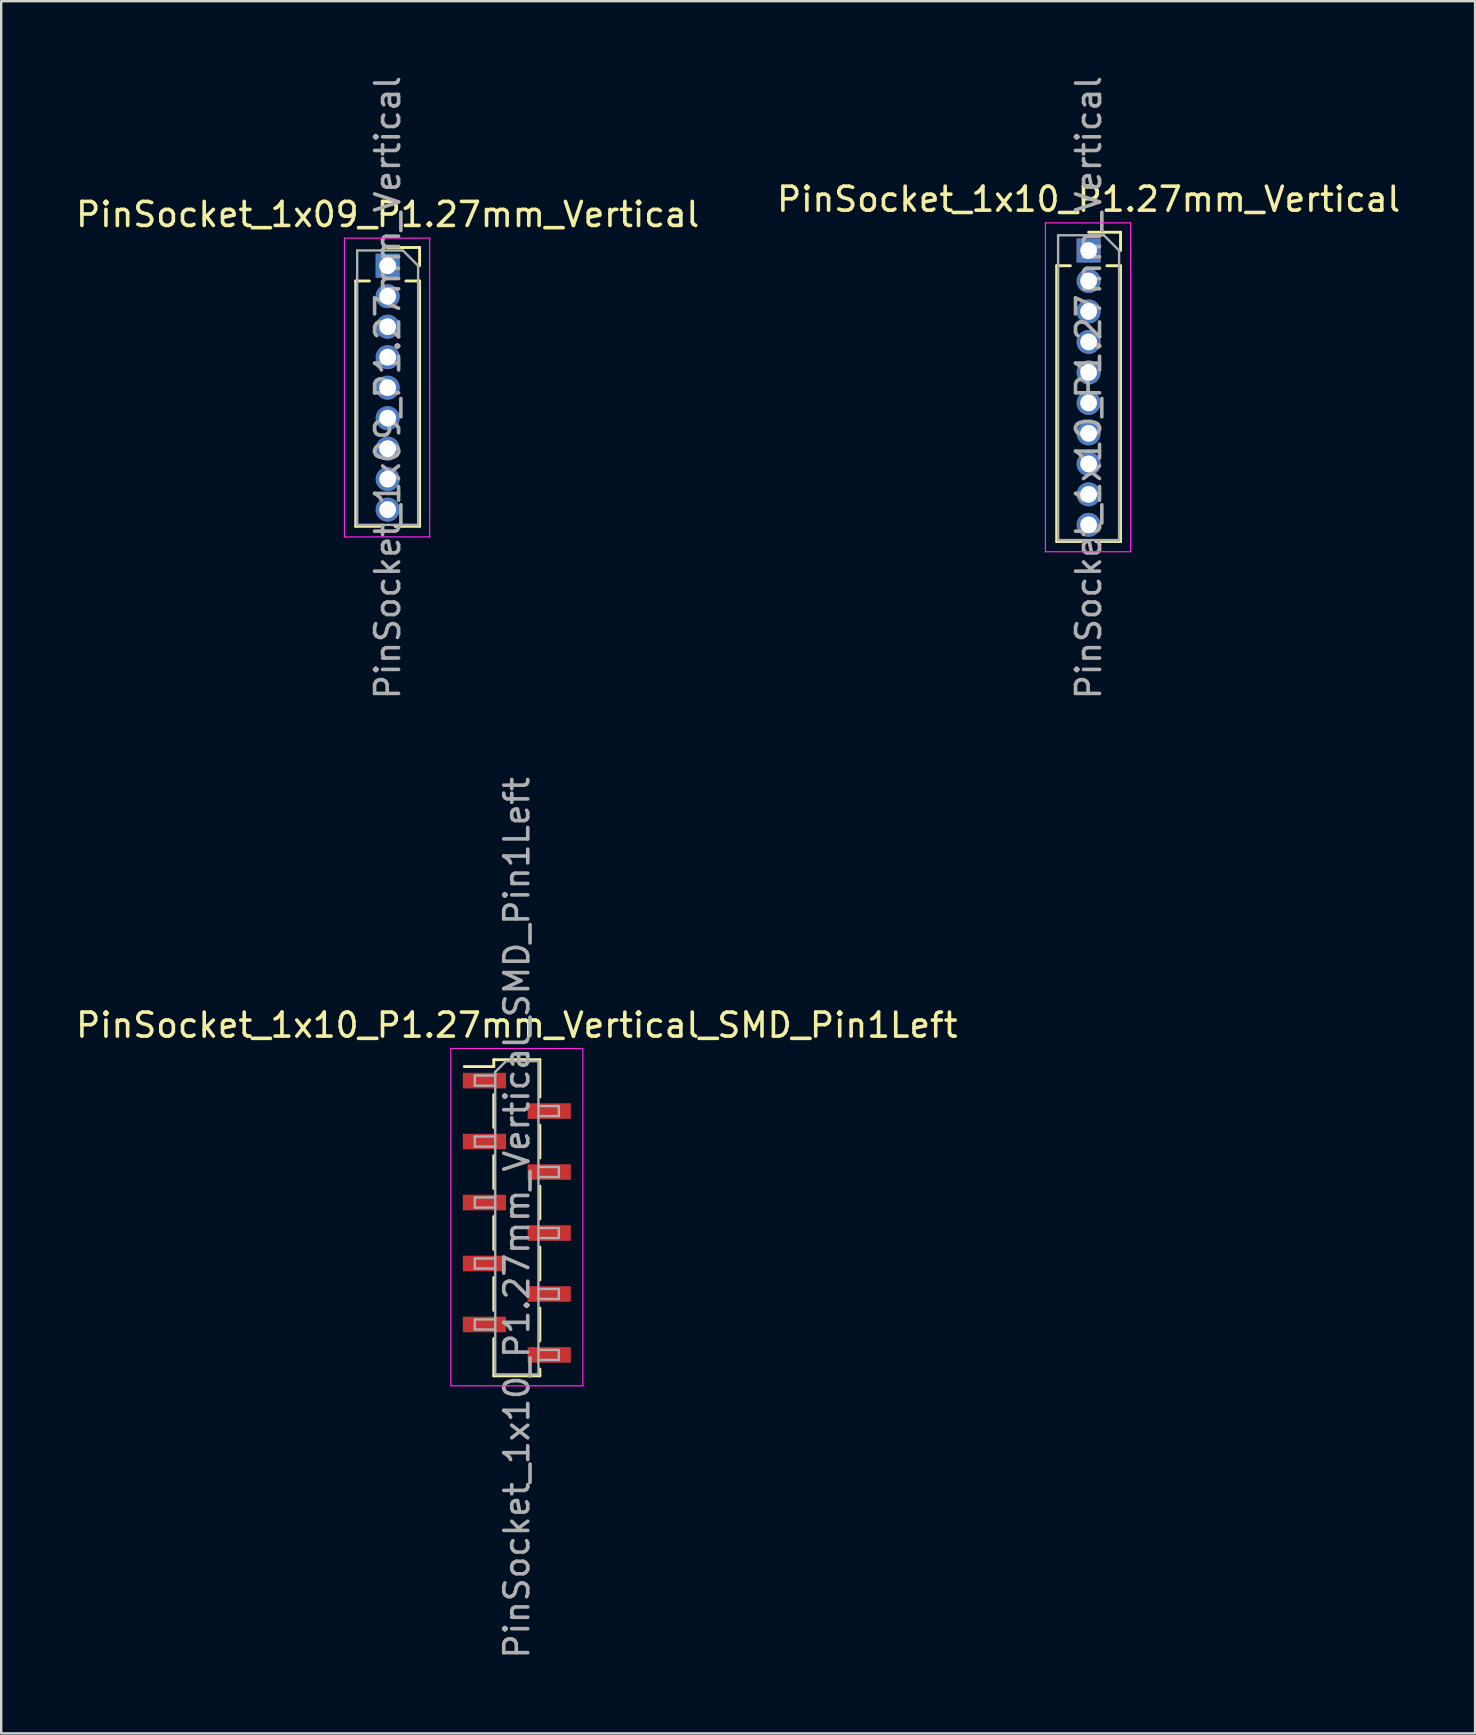
<source format=kicad_pcb>
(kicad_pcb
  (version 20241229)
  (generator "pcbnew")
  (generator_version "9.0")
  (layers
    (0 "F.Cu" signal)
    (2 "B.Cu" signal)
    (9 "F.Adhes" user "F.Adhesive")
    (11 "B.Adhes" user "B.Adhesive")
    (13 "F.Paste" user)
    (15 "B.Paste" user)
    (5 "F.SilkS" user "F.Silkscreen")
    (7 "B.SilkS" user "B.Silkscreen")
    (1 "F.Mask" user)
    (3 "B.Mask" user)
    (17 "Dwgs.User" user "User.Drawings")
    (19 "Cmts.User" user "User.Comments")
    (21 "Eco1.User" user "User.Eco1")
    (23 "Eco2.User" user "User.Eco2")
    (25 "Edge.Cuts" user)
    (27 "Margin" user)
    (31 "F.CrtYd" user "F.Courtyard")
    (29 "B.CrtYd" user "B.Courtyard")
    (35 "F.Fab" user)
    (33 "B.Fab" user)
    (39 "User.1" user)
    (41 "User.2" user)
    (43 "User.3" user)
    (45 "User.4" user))
  (footprint "PinSocket_1x09_P1.27mm_Vertical"
    (layer "F.Cu")
    (at 13.101 8.021)
    (property "Reference" "PinSocket_1x09_P1.27mm_Vertical" (at 0 -2.135 0) (layer "F.SilkS") (effects (font (size 1 1) (thickness 0.15))))
    (attr through_hole)
    (fp_line (start -1.33 0.635) (end -1.33 10.855) (stroke (width 0.12) (type solid)) (layer "F.SilkS"))
    (fp_line (start -1.33 0.635) (end -0.76 0.635) (stroke (width 0.12) (type solid)) (layer "F.SilkS"))
    (fp_line (start -1.33 10.855) (end -0.308 10.855) (stroke (width 0.12) (type solid)) (layer "F.SilkS"))
    (fp_line (start 0 -0.76) (end 1.33 -0.76) (stroke (width 0.12) (type solid)) (layer "F.SilkS"))
    (fp_line (start 0.308 10.855) (end 1.33 10.855) (stroke (width 0.12) (type solid)) (layer "F.SilkS"))
    (fp_line (start 0.76 0.635) (end 1.33 0.635) (stroke (width 0.12) (type solid)) (layer "F.SilkS"))
    (fp_line (start 1.33 -0.76) (end 1.33 0) (stroke (width 0.12) (type solid)) (layer "F.SilkS"))
    (fp_line (start 1.33 0.635) (end 1.33 10.855) (stroke (width 0.12) (type solid)) (layer "F.SilkS"))
    (fp_line (start -1.8 -1.15) (end 1.75 -1.15) (stroke (width 0.05) (type solid)) (layer "F.CrtYd"))
    (fp_line (start -1.8 11.3) (end -1.8 -1.15) (stroke (width 0.05) (type solid)) (layer "F.CrtYd"))
    (fp_line (start 1.75 -1.15) (end 1.75 11.3) (stroke (width 0.05) (type solid)) (layer "F.CrtYd"))
    (fp_line (start 1.75 11.3) (end -1.8 11.3) (stroke (width 0.05) (type solid)) (layer "F.CrtYd"))
    (fp_line (start -1.27 -0.635) (end 0.635 -0.635) (stroke (width 0.1) (type solid)) (layer "F.Fab"))
    (fp_line (start -1.27 10.795) (end -1.27 -0.635) (stroke (width 0.1) (type solid)) (layer "F.Fab"))
    (fp_line (start 0.635 -0.635) (end 1.27 0) (stroke (width 0.1) (type solid)) (layer "F.Fab"))
    (fp_line (start 1.27 0) (end 1.27 10.795) (stroke (width 0.1) (type solid)) (layer "F.Fab"))
    (fp_line (start 1.27 10.795) (end -1.27 10.795) (stroke (width 0.1) (type solid)) (layer "F.Fab"))
    (fp_text user "${REFERENCE}" (at 0 5.08 90) (layer "F.Fab") (effects (font (size 1 1) (thickness 0.15))))
    (pad "1" thru_hole rect (at 0 0) (size 1 1) (drill 0.7) (layers "*.Cu" "*.Mask"))
    (pad "2" thru_hole circle (at 0 1.27) (size 1 1) (drill 0.7) (layers "*.Cu" "*.Mask"))
    (pad "3" thru_hole circle (at 0 2.54) (size 1 1) (drill 0.7) (layers "*.Cu" "*.Mask"))
    (pad "4" thru_hole circle (at 0 3.81) (size 1 1) (drill 0.7) (layers "*.Cu" "*.Mask"))
    (pad "5" thru_hole circle (at 0 5.08) (size 1 1) (drill 0.7) (layers "*.Cu" "*.Mask"))
    (pad "6" thru_hole circle (at 0 6.35) (size 1 1) (drill 0.7) (layers "*.Cu" "*.Mask"))
    (pad "7" thru_hole circle (at 0 7.62) (size 1 1) (drill 0.7) (layers "*.Cu" "*.Mask"))
    (pad "8" thru_hole circle (at 0 8.89) (size 1 1) (drill 0.7) (layers "*.Cu" "*.Mask"))
    (pad "9" thru_hole circle (at 0 10.16) (size 1 1) (drill 0.7) (layers "*.Cu" "*.Mask")))
  (footprint "PinSocket_1x10_P1.27mm_Vertical_SMD_Pin1Left"
    (layer "F.Cu")
    (at 18.482 47.685)
    (property "Reference" "PinSocket_1x10_P1.27mm_Vertical_SMD_Pin1Left" (at 0 -8.025 0) (layer "F.SilkS") (effects (font (size 1 1) (thickness 0.15))))
    (attr smd)
    (fp_line (start -2.19 -6.3) (end -0.96 -6.3) (stroke (width 0.12) (type solid)) (layer "F.SilkS"))
    (fp_line (start -0.96 -6.585) (end -0.96 -6.3) (stroke (width 0.12) (type solid)) (layer "F.SilkS"))
    (fp_line (start -0.96 -6.585) (end 0.96 -6.585) (stroke (width 0.12) (type solid)) (layer "F.SilkS"))
    (fp_line (start -0.96 -5.13) (end -0.96 -3.76) (stroke (width 0.12) (type solid)) (layer "F.SilkS"))
    (fp_line (start -0.96 -2.59) (end -0.96 -1.22) (stroke (width 0.12) (type solid)) (layer "F.SilkS"))
    (fp_line (start -0.96 -0.05) (end -0.96 1.32) (stroke (width 0.12) (type solid)) (layer "F.SilkS"))
    (fp_line (start -0.96 2.49) (end -0.96 3.86) (stroke (width 0.12) (type solid)) (layer "F.SilkS"))
    (fp_line (start -0.96 5.03) (end -0.96 6.585) (stroke (width 0.12) (type solid)) (layer "F.SilkS"))
    (fp_line (start -0.96 6.585) (end 0.96 6.585) (stroke (width 0.12) (type solid)) (layer "F.SilkS"))
    (fp_line (start 0.96 -6.585) (end 0.96 -5.03) (stroke (width 0.12) (type solid)) (layer "F.SilkS"))
    (fp_line (start 0.96 -3.86) (end 0.96 -2.49) (stroke (width 0.12) (type solid)) (layer "F.SilkS"))
    (fp_line (start 0.96 -1.32) (end 0.96 0.05) (stroke (width 0.12) (type solid)) (layer "F.SilkS"))
    (fp_line (start 0.96 1.22) (end 0.96 2.59) (stroke (width 0.12) (type solid)) (layer "F.SilkS"))
    (fp_line (start 0.96 3.76) (end 0.96 5.13) (stroke (width 0.12) (type solid)) (layer "F.SilkS"))
    (fp_line (start 0.96 6.3) (end 0.96 6.585) (stroke (width 0.12) (type solid)) (layer "F.SilkS"))
    (fp_line (start -2.75 -7.05) (end 2.75 -7.05) (stroke (width 0.05) (type solid)) (layer "F.CrtYd"))
    (fp_line (start -2.75 7) (end -2.75 -7.05) (stroke (width 0.05) (type solid)) (layer "F.CrtYd"))
    (fp_line (start 2.75 -7.05) (end 2.75 7) (stroke (width 0.05) (type solid)) (layer "F.CrtYd"))
    (fp_line (start 2.75 7) (end -2.75 7) (stroke (width 0.05) (type solid)) (layer "F.CrtYd"))
    (fp_line (start -1.75 -5.925) (end -0.9 -5.925) (stroke (width 0.1) (type solid)) (layer "F.Fab"))
    (fp_line (start -1.75 -5.505) (end -1.75 -5.925) (stroke (width 0.1) (type solid)) (layer "F.Fab"))
    (fp_line (start -1.75 -3.385) (end -0.9 -3.385) (stroke (width 0.1) (type solid)) (layer "F.Fab"))
    (fp_line (start -1.75 -2.965) (end -1.75 -3.385) (stroke (width 0.1) (type solid)) (layer "F.Fab"))
    (fp_line (start -1.75 -0.845) (end -0.9 -0.845) (stroke (width 0.1) (type solid)) (layer "F.Fab"))
    (fp_line (start -1.75 -0.425) (end -1.75 -0.845) (stroke (width 0.1) (type solid)) (layer "F.Fab"))
    (fp_line (start -1.75 1.695) (end -0.9 1.695) (stroke (width 0.1) (type solid)) (layer "F.Fab"))
    (fp_line (start -1.75 2.115) (end -1.75 1.695) (stroke (width 0.1) (type solid)) (layer "F.Fab"))
    (fp_line (start -1.75 4.235) (end -0.9 4.235) (stroke (width 0.1) (type solid)) (layer "F.Fab"))
    (fp_line (start -1.75 4.655) (end -1.75 4.235) (stroke (width 0.1) (type solid)) (layer "F.Fab"))
    (fp_line (start -0.9 -6.075) (end -0.45 -6.525) (stroke (width 0.1) (type solid)) (layer "F.Fab"))
    (fp_line (start -0.9 -5.505) (end -1.75 -5.505) (stroke (width 0.1) (type solid)) (layer "F.Fab"))
    (fp_line (start -0.9 -2.965) (end -1.75 -2.965) (stroke (width 0.1) (type solid)) (layer "F.Fab"))
    (fp_line (start -0.9 -0.425) (end -1.75 -0.425) (stroke (width 0.1) (type solid)) (layer "F.Fab"))
    (fp_line (start -0.9 2.115) (end -1.75 2.115) (stroke (width 0.1) (type solid)) (layer "F.Fab"))
    (fp_line (start -0.9 4.655) (end -1.75 4.655) (stroke (width 0.1) (type solid)) (layer "F.Fab"))
    (fp_line (start -0.9 6.525) (end -0.9 -6.075) (stroke (width 0.1) (type solid)) (layer "F.Fab"))
    (fp_line (start -0.45 -6.525) (end 0.9 -6.525) (stroke (width 0.1) (type solid)) (layer "F.Fab"))
    (fp_line (start 0.9 -6.525) (end 0.9 6.525) (stroke (width 0.1) (type solid)) (layer "F.Fab"))
    (fp_line (start 0.9 -4.655) (end 1.75 -4.655) (stroke (width 0.1) (type solid)) (layer "F.Fab"))
    (fp_line (start 0.9 -2.115) (end 1.75 -2.115) (stroke (width 0.1) (type solid)) (layer "F.Fab"))
    (fp_line (start 0.9 0.425) (end 1.75 0.425) (stroke (width 0.1) (type solid)) (layer "F.Fab"))
    (fp_line (start 0.9 2.965) (end 1.75 2.965) (stroke (width 0.1) (type solid)) (layer "F.Fab"))
    (fp_line (start 0.9 5.505) (end 1.75 5.505) (stroke (width 0.1) (type solid)) (layer "F.Fab"))
    (fp_line (start 0.9 6.525) (end -0.9 6.525) (stroke (width 0.1) (type solid)) (layer "F.Fab"))
    (fp_line (start 1.75 -4.655) (end 1.75 -4.235) (stroke (width 0.1) (type solid)) (layer "F.Fab"))
    (fp_line (start 1.75 -4.235) (end 0.9 -4.235) (stroke (width 0.1) (type solid)) (layer "F.Fab"))
    (fp_line (start 1.75 -2.115) (end 1.75 -1.695) (stroke (width 0.1) (type solid)) (layer "F.Fab"))
    (fp_line (start 1.75 -1.695) (end 0.9 -1.695) (stroke (width 0.1) (type solid)) (layer "F.Fab"))
    (fp_line (start 1.75 0.425) (end 1.75 0.845) (stroke (width 0.1) (type solid)) (layer "F.Fab"))
    (fp_line (start 1.75 0.845) (end 0.9 0.845) (stroke (width 0.1) (type solid)) (layer "F.Fab"))
    (fp_line (start 1.75 2.965) (end 1.75 3.385) (stroke (width 0.1) (type solid)) (layer "F.Fab"))
    (fp_line (start 1.75 3.385) (end 0.9 3.385) (stroke (width 0.1) (type solid)) (layer "F.Fab"))
    (fp_line (start 1.75 5.505) (end 1.75 5.925) (stroke (width 0.1) (type solid)) (layer "F.Fab"))
    (fp_line (start 1.75 5.925) (end 0.9 5.925) (stroke (width 0.1) (type solid)) (layer "F.Fab"))
    (fp_text user "${REFERENCE}" (at 0 0 90) (layer "F.Fab") (effects (font (size 1 1) (thickness 0.15))))
    (pad "1" smd rect (at -1.35 -5.715) (size 1.8 0.65) (layers "F.Cu" "F.Mask" "F.Paste"))
    (pad "2" smd rect (at 1.35 -4.445) (size 1.8 0.65) (layers "F.Cu" "F.Mask" "F.Paste"))
    (pad "3" smd rect (at -1.35 -3.175) (size 1.8 0.65) (layers "F.Cu" "F.Mask" "F.Paste"))
    (pad "4" smd rect (at 1.35 -1.905) (size 1.8 0.65) (layers "F.Cu" "F.Mask" "F.Paste"))
    (pad "5" smd rect (at -1.35 -0.635) (size 1.8 0.65) (layers "F.Cu" "F.Mask" "F.Paste"))
    (pad "6" smd rect (at 1.35 0.635) (size 1.8 0.65) (layers "F.Cu" "F.Mask" "F.Paste"))
    (pad "7" smd rect (at -1.35 1.905) (size 1.8 0.65) (layers "F.Cu" "F.Mask" "F.Paste"))
    (pad "8" smd rect (at 1.35 3.175) (size 1.8 0.65) (layers "F.Cu" "F.Mask" "F.Paste"))
    (pad "9" smd rect (at -1.35 4.445) (size 1.8 0.65) (layers "F.Cu" "F.Mask" "F.Paste"))
    (pad "10" smd rect (at 1.35 5.715) (size 1.8 0.65) (layers "F.Cu" "F.Mask" "F.Paste")))
  (footprint "PinSocket_1x10_P1.27mm_Vertical"
    (layer "F.Cu")
    (at 42.304 7.386)
    (property "Reference" "PinSocket_1x10_P1.27mm_Vertical" (at 0 -2.135 0) (layer "F.SilkS") (effects (font (size 1 1) (thickness 0.15))))
    (attr through_hole)
    (fp_line (start -1.33 0.635) (end -1.33 12.125) (stroke (width 0.12) (type solid)) (layer "F.SilkS"))
    (fp_line (start -1.33 0.635) (end -0.76 0.635) (stroke (width 0.12) (type solid)) (layer "F.SilkS"))
    (fp_line (start -1.33 12.125) (end -0.308 12.125) (stroke (width 0.12) (type solid)) (layer "F.SilkS"))
    (fp_line (start 0 -0.76) (end 1.33 -0.76) (stroke (width 0.12) (type solid)) (layer "F.SilkS"))
    (fp_line (start 0.308 12.125) (end 1.33 12.125) (stroke (width 0.12) (type solid)) (layer "F.SilkS"))
    (fp_line (start 0.76 0.635) (end 1.33 0.635) (stroke (width 0.12) (type solid)) (layer "F.SilkS"))
    (fp_line (start 1.33 -0.76) (end 1.33 0) (stroke (width 0.12) (type solid)) (layer "F.SilkS"))
    (fp_line (start 1.33 0.635) (end 1.33 12.125) (stroke (width 0.12) (type solid)) (layer "F.SilkS"))
    (fp_line (start -1.8 -1.15) (end 1.75 -1.15) (stroke (width 0.05) (type solid)) (layer "F.CrtYd"))
    (fp_line (start -1.8 12.55) (end -1.8 -1.15) (stroke (width 0.05) (type solid)) (layer "F.CrtYd"))
    (fp_line (start 1.75 -1.15) (end 1.75 12.55) (stroke (width 0.05) (type solid)) (layer "F.CrtYd"))
    (fp_line (start 1.75 12.55) (end -1.8 12.55) (stroke (width 0.05) (type solid)) (layer "F.CrtYd"))
    (fp_line (start -1.27 -0.635) (end 0.635 -0.635) (stroke (width 0.1) (type solid)) (layer "F.Fab"))
    (fp_line (start -1.27 12.065) (end -1.27 -0.635) (stroke (width 0.1) (type solid)) (layer "F.Fab"))
    (fp_line (start 0.635 -0.635) (end 1.27 0) (stroke (width 0.1) (type solid)) (layer "F.Fab"))
    (fp_line (start 1.27 0) (end 1.27 12.065) (stroke (width 0.1) (type solid)) (layer "F.Fab"))
    (fp_line (start 1.27 12.065) (end -1.27 12.065) (stroke (width 0.1) (type solid)) (layer "F.Fab"))
    (fp_text user "${REFERENCE}" (at 0 5.715 90) (layer "F.Fab") (effects (font (size 1 1) (thickness 0.15))))
    (pad "1" thru_hole rect (at 0 0) (size 1 1) (drill 0.7) (layers "*.Cu" "*.Mask"))
    (pad "2" thru_hole circle (at 0 1.27) (size 1 1) (drill 0.7) (layers "*.Cu" "*.Mask"))
    (pad "3" thru_hole circle (at 0 2.54) (size 1 1) (drill 0.7) (layers "*.Cu" "*.Mask"))
    (pad "4" thru_hole circle (at 0 3.81) (size 1 1) (drill 0.7) (layers "*.Cu" "*.Mask"))
    (pad "5" thru_hole circle (at 0 5.08) (size 1 1) (drill 0.7) (layers "*.Cu" "*.Mask"))
    (pad "6" thru_hole circle (at 0 6.35) (size 1 1) (drill 0.7) (layers "*.Cu" "*.Mask"))
    (pad "7" thru_hole circle (at 0 7.62) (size 1 1) (drill 0.7) (layers "*.Cu" "*.Mask"))
    (pad "8" thru_hole circle (at 0 8.89) (size 1 1) (drill 0.7) (layers "*.Cu" "*.Mask"))
    (pad "9" thru_hole circle (at 0 10.16) (size 1 1) (drill 0.7) (layers "*.Cu" "*.Mask"))
    (pad "10" thru_hole circle (at 0 11.43) (size 1 1) (drill 0.7) (layers "*.Cu" "*.Mask")))
  (gr_rect
    (start -3 -3)
    (end 58.405 69.167)
    (stroke (width 0.1) (type default))
    (fill no)
    (layer "Edge.Cuts")))
</source>
